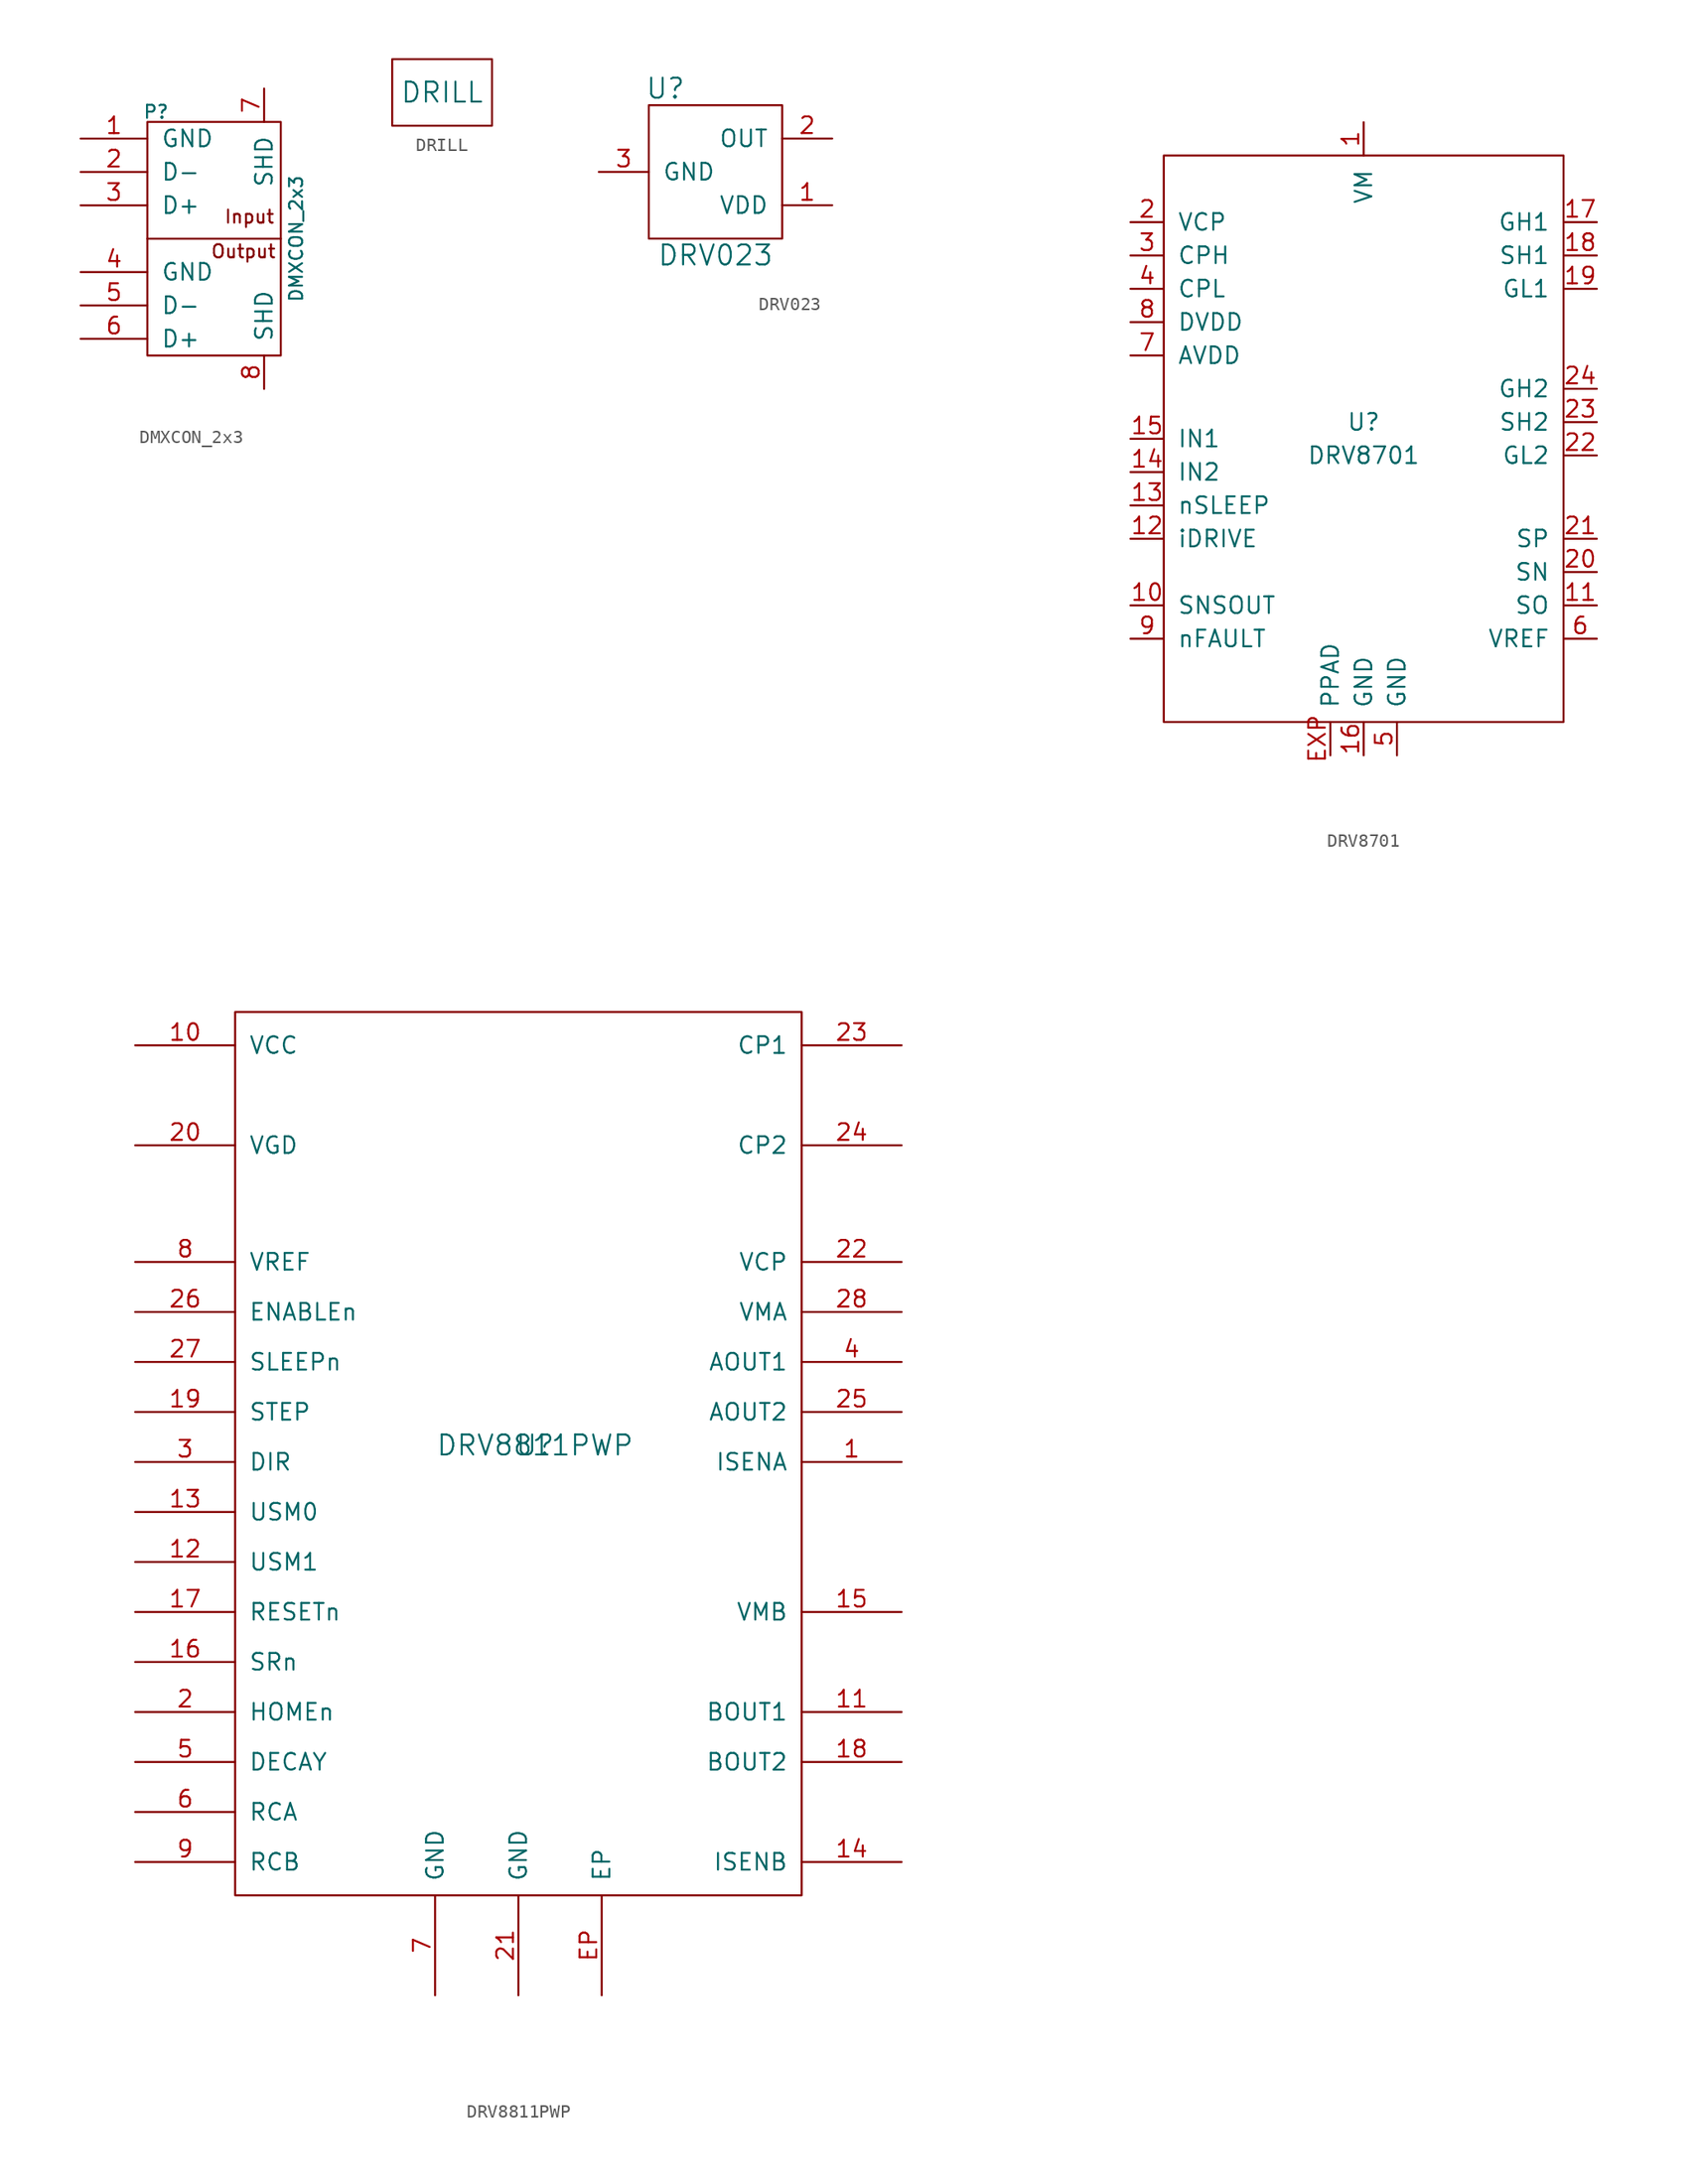
<source format=kicad_sym>
(kicad_symbol_lib
  (version 20211014)
  (generator kicad_symbol_editor)
  (symbol "DMXCON_2x3"
    (pin_names
      (offset 1.016))
    (property "Reference" "P"
      (at -4.42 9.652 0)
      (effects (font (size 0.991 0.991))))
    (property "Value" "DMXCON_2x3"
      (at 6.248 0 90)
      (effects (font (size 0.991 0.991))))
    (property "Footprint" ""
      (at -0.102 3.81 0)
      (effects (font (size 0.991 0.991))))
    (property "Datasheet" ""
      (at -0.102 3.81 0)
      (effects (font (size 0.991 0.991))))
    (symbol "DMXCON_2x3_0_0"
      (text "Input" (at 2.692 1.676 0) (effects (font (size 0.991 0.991))))
      (text "Output" (at 2.235 -0.965 0) (effects (font (size 0.991 0.991)))))
    (symbol "DMXCON_2x3_0_1"
      (rectangle (start -5.08 0) (end 5.08 0) (stroke (width 0) (type default) (color 0 0 0 0)) (fill (type none)))
      (rectangle (start -5.08 8.89) (end 5.08 -8.89) (stroke (width 0) (type default) (color 0 0 0 0)) (fill (type none))))
    (symbol "DMXCON_2x3_1_1"
      (pin passive line (at -10.16 7.62 0) (length 5.08) (name "GND" (effects (font (size 1.27 1.27)))) (number "1" (effects (font (size 1.27 1.27)))))
      (pin passive line (at -10.16 5.08 0) (length 5.08) (name "D-" (effects (font (size 1.27 1.27)))) (number "2" (effects (font (size 1.27 1.27)))))
      (pin passive line (at -10.16 2.54 0) (length 5.08) (name "D+" (effects (font (size 1.27 1.27)))) (number "3" (effects (font (size 1.27 1.27)))))
      (pin passive line (at -10.16 -2.54 0) (length 5.08) (name "GND" (effects (font (size 1.27 1.27)))) (number "4" (effects (font (size 1.27 1.27)))))
      (pin passive line (at -10.16 -5.08 0) (length 5.08) (name "D-" (effects (font (size 1.27 1.27)))) (number "5" (effects (font (size 1.27 1.27)))))
      (pin passive line (at -10.16 -7.62 0) (length 5.08) (name "D+" (effects (font (size 1.27 1.27)))) (number "6" (effects (font (size 1.27 1.27)))))
      (pin passive line (at 3.81 11.43 270) (length 2.54) (name "SHD" (effects (font (size 1.27 1.27)))) (number "7" (effects (font (size 1.27 1.27)))))
      (pin passive line (at 3.81 -11.43 90) (length 2.54) (name "SHD" (effects (font (size 1.27 1.27)))) (number "8" (effects (font (size 1.27 1.27)))))))
  (symbol "DRILL"
    (pin_numbers hide)
    (pin_names
      (offset 0) hide)
    (property "Reference" ""
      (at 0 0 0)
      (effects (font (size 1.524 1.524)) hide))
    (property "Value" "DRILL"
      (at 0 0 0)
      (effects (font (size 1.524 1.524))))
    (property "Footprint" ""
      (at 0 0 0)
      (effects (font (size 1.524 1.524))))
    (property "Datasheet" ""
      (at 0 0 0)
      (effects (font (size 1.524 1.524))))
    (symbol "DRILL_0_1"
      (rectangle (start -3.81 2.54) (end 3.81 -2.54) (stroke (width 0) (type default) (color 0 0 0 0)) (fill (type none)))))
  (symbol "DRV023"
    (pin_names
      (offset 1.016))
    (property "Reference" "U"
      (at -3.81 6.35 0)
      (effects (font (size 1.524 1.524))))
    (property "Value" "DRV023"
      (at 0 -6.35 0)
      (effects (font (size 1.524 1.524))))
    (property "Footprint" ""
      (at 20.32 -6.35 0)
      (effects (font (size 1.524 1.524))))
    (property "Datasheet" ""
      (at 20.32 -6.35 0)
      (effects (font (size 1.524 1.524))))
    (symbol "DRV023_0_1"
      (rectangle (start -5.08 5.08) (end 5.08 -5.08) (stroke (width 0) (type default) (color 0 0 0 0)) (fill (type none))))
    (symbol "DRV023_1_1"
      (pin passive line (at 8.89 -2.54 180) (length 3.81) (name "VDD" (effects (font (size 1.27 1.27)))) (number "1" (effects (font (size 1.27 1.27)))))
      (pin passive line (at 8.89 2.54 180) (length 3.81) (name "OUT" (effects (font (size 1.27 1.27)))) (number "2" (effects (font (size 1.27 1.27)))))
      (pin passive line (at -8.89 0 0) (length 3.81) (name "GND" (effects (font (size 1.27 1.27)))) (number "3" (effects (font (size 1.27 1.27)))))))
  (symbol "DRV8701"
    (pin_names
      (offset 1.016))
    (property "Reference" "U"
      (at 0 0 0)
      (effects (font (size 1.27 1.27))))
    (property "Value" "DRV8701"
      (at 0 -2.54 0)
      (effects (font (size 1.27 1.27))))
    (symbol "DRV8701_0_1"
      (rectangle (start -15.24 20.32) (end 15.24 -22.86) (stroke (width 0) (type default) (color 0 0 0 0)) (fill (type none))))
    (symbol "DRV8701_1_1"
      (pin input line (at 0 22.86 270) (length 2.54) (name "VM" (effects (font (size 1.27 1.27)))) (number "1" (effects (font (size 1.27 1.27)))))
      (pin input line (at -17.78 -13.97 0) (length 2.54) (name "SNSOUT" (effects (font (size 1.27 1.27)))) (number "10" (effects (font (size 1.27 1.27)))))
      (pin input line (at 17.78 -13.97 180) (length 2.54) (name "SO" (effects (font (size 1.27 1.27)))) (number "11" (effects (font (size 1.27 1.27)))))
      (pin input line (at -17.78 -8.89 0) (length 2.54) (name "iDRIVE" (effects (font (size 1.27 1.27)))) (number "12" (effects (font (size 1.27 1.27)))))
      (pin input line (at -17.78 -6.35 0) (length 2.54) (name "nSLEEP" (effects (font (size 1.27 1.27)))) (number "13" (effects (font (size 1.27 1.27)))))
      (pin input line (at -17.78 -3.81 0) (length 2.54) (name "IN2" (effects (font (size 1.27 1.27)))) (number "14" (effects (font (size 1.27 1.27)))))
      (pin input line (at -17.78 -1.27 0) (length 2.54) (name "IN1" (effects (font (size 1.27 1.27)))) (number "15" (effects (font (size 1.27 1.27)))))
      (pin input line (at 0 -25.4 90) (length 2.54) (name "GND" (effects (font (size 1.27 1.27)))) (number "16" (effects (font (size 1.27 1.27)))))
      (pin input line (at 17.78 15.24 180) (length 2.54) (name "GH1" (effects (font (size 1.27 1.27)))) (number "17" (effects (font (size 1.27 1.27)))))
      (pin input line (at 17.78 12.7 180) (length 2.54) (name "SH1" (effects (font (size 1.27 1.27)))) (number "18" (effects (font (size 1.27 1.27)))))
      (pin input line (at 17.78 10.16 180) (length 2.54) (name "GL1" (effects (font (size 1.27 1.27)))) (number "19" (effects (font (size 1.27 1.27)))))
      (pin input line (at -17.78 15.24 0) (length 2.54) (name "VCP" (effects (font (size 1.27 1.27)))) (number "2" (effects (font (size 1.27 1.27)))))
      (pin input line (at 17.78 -11.43 180) (length 2.54) (name "SN" (effects (font (size 1.27 1.27)))) (number "20" (effects (font (size 1.27 1.27)))))
      (pin input line (at 17.78 -8.89 180) (length 2.54) (name "SP" (effects (font (size 1.27 1.27)))) (number "21" (effects (font (size 1.27 1.27)))))
      (pin input line (at 17.78 -2.54 180) (length 2.54) (name "GL2" (effects (font (size 1.27 1.27)))) (number "22" (effects (font (size 1.27 1.27)))))
      (pin input line (at 17.78 0 180) (length 2.54) (name "SH2" (effects (font (size 1.27 1.27)))) (number "23" (effects (font (size 1.27 1.27)))))
      (pin input line (at 17.78 2.54 180) (length 2.54) (name "GH2" (effects (font (size 1.27 1.27)))) (number "24" (effects (font (size 1.27 1.27)))))
      (pin input line (at -17.78 12.7 0) (length 2.54) (name "CPH" (effects (font (size 1.27 1.27)))) (number "3" (effects (font (size 1.27 1.27)))))
      (pin input line (at -17.78 10.16 0) (length 2.54) (name "CPL" (effects (font (size 1.27 1.27)))) (number "4" (effects (font (size 1.27 1.27)))))
      (pin input line (at 2.54 -25.4 90) (length 2.54) (name "GND" (effects (font (size 1.27 1.27)))) (number "5" (effects (font (size 1.27 1.27)))))
      (pin input line (at 17.78 -16.51 180) (length 2.54) (name "VREF" (effects (font (size 1.27 1.27)))) (number "6" (effects (font (size 1.27 1.27)))))
      (pin input line (at -17.78 5.08 0) (length 2.54) (name "AVDD" (effects (font (size 1.27 1.27)))) (number "7" (effects (font (size 1.27 1.27)))))
      (pin input line (at -17.78 7.62 0) (length 2.54) (name "DVDD" (effects (font (size 1.27 1.27)))) (number "8" (effects (font (size 1.27 1.27)))))
      (pin input line (at -17.78 -16.51 0) (length 2.54) (name "nFAULT" (effects (font (size 1.27 1.27)))) (number "9" (effects (font (size 1.27 1.27)))))
      (pin input line (at -2.54 -25.4 90) (length 2.54) (name "PPAD" (effects (font (size 1.27 1.27)))) (number "EXP" (effects (font (size 1.27 1.27)))))))
  (symbol "DRV8811PWP"
    (pin_names
      (offset 1.016))
    (property "Reference" "U"
      (at 1.27 0 0)
      (effects (font (size 1.524 1.524))))
    (property "Value" "DRV8811PWP"
      (at 1.27 0 0)
      (effects (font (size 1.524 1.524))))
    (property "Footprint" ""
      (at 0 0 0)
      (effects (font (size 1.524 1.524))))
    (property "Datasheet" ""
      (at 0 0 0)
      (effects (font (size 1.524 1.524))))
    (symbol "DRV8811PWP_0_1"
      (rectangle (start -21.59 33.02) (end 21.59 -34.29) (stroke (width 0) (type default) (color 0 0 0 0)) (fill (type none))))
    (symbol "DRV8811PWP_1_1"
      (pin passive line (at 29.21 -1.27 180) (length 7.62) (name "ISENA" (effects (font (size 1.27 1.27)))) (number "1" (effects (font (size 1.27 1.27)))))
      (pin passive line (at -29.21 30.48 0) (length 7.62) (name "VCC" (effects (font (size 1.27 1.27)))) (number "10" (effects (font (size 1.27 1.27)))))
      (pin passive line (at 29.21 -20.32 180) (length 7.62) (name "BOUT1" (effects (font (size 1.27 1.27)))) (number "11" (effects (font (size 1.27 1.27)))))
      (pin passive line (at -29.21 -8.89 0) (length 7.62) (name "USM1" (effects (font (size 1.27 1.27)))) (number "12" (effects (font (size 1.27 1.27)))))
      (pin passive line (at -29.21 -5.08 0) (length 7.62) (name "USM0" (effects (font (size 1.27 1.27)))) (number "13" (effects (font (size 1.27 1.27)))))
      (pin passive line (at 29.21 -31.75 180) (length 7.62) (name "ISENB" (effects (font (size 1.27 1.27)))) (number "14" (effects (font (size 1.27 1.27)))))
      (pin passive line (at 29.21 -12.7 180) (length 7.62) (name "VMB" (effects (font (size 1.27 1.27)))) (number "15" (effects (font (size 1.27 1.27)))))
      (pin passive line (at -29.21 -16.51 0) (length 7.62) (name "SRn" (effects (font (size 1.27 1.27)))) (number "16" (effects (font (size 1.27 1.27)))))
      (pin passive line (at -29.21 -12.7 0) (length 7.62) (name "RESETn" (effects (font (size 1.27 1.27)))) (number "17" (effects (font (size 1.27 1.27)))))
      (pin passive line (at 29.21 -24.13 180) (length 7.62) (name "BOUT2" (effects (font (size 1.27 1.27)))) (number "18" (effects (font (size 1.27 1.27)))))
      (pin passive line (at -29.21 2.54 0) (length 7.62) (name "STEP" (effects (font (size 1.27 1.27)))) (number "19" (effects (font (size 1.27 1.27)))))
      (pin passive line (at -29.21 -20.32 0) (length 7.62) (name "HOMEn" (effects (font (size 1.27 1.27)))) (number "2" (effects (font (size 1.27 1.27)))))
      (pin passive line (at -29.21 22.86 0) (length 7.62) (name "VGD" (effects (font (size 1.27 1.27)))) (number "20" (effects (font (size 1.27 1.27)))))
      (pin passive line (at 0 -41.91 90) (length 7.62) (name "GND" (effects (font (size 1.27 1.27)))) (number "21" (effects (font (size 1.27 1.27)))))
      (pin passive line (at 29.21 13.97 180) (length 7.62) (name "VCP" (effects (font (size 1.27 1.27)))) (number "22" (effects (font (size 1.27 1.27)))))
      (pin passive line (at 29.21 30.48 180) (length 7.62) (name "CP1" (effects (font (size 1.27 1.27)))) (number "23" (effects (font (size 1.27 1.27)))))
      (pin passive line (at 29.21 22.86 180) (length 7.62) (name "CP2" (effects (font (size 1.27 1.27)))) (number "24" (effects (font (size 1.27 1.27)))))
      (pin passive line (at 29.21 2.54 180) (length 7.62) (name "AOUT2" (effects (font (size 1.27 1.27)))) (number "25" (effects (font (size 1.27 1.27)))))
      (pin passive line (at -29.21 10.16 0) (length 7.62) (name "ENABLEn" (effects (font (size 1.27 1.27)))) (number "26" (effects (font (size 1.27 1.27)))))
      (pin passive line (at -29.21 6.35 0) (length 7.62) (name "SLEEPn" (effects (font (size 1.27 1.27)))) (number "27" (effects (font (size 1.27 1.27)))))
      (pin passive line (at 29.21 10.16 180) (length 7.62) (name "VMA" (effects (font (size 1.27 1.27)))) (number "28" (effects (font (size 1.27 1.27)))))
      (pin passive line (at -29.21 -1.27 0) (length 7.62) (name "DIR" (effects (font (size 1.27 1.27)))) (number "3" (effects (font (size 1.27 1.27)))))
      (pin passive line (at 29.21 6.35 180) (length 7.62) (name "AOUT1" (effects (font (size 1.27 1.27)))) (number "4" (effects (font (size 1.27 1.27)))))
      (pin passive line (at -29.21 -24.13 0) (length 7.62) (name "DECAY" (effects (font (size 1.27 1.27)))) (number "5" (effects (font (size 1.27 1.27)))))
      (pin passive line (at -29.21 -27.94 0) (length 7.62) (name "RCA" (effects (font (size 1.27 1.27)))) (number "6" (effects (font (size 1.27 1.27)))))
      (pin passive line (at -6.35 -41.91 90) (length 7.62) (name "GND" (effects (font (size 1.27 1.27)))) (number "7" (effects (font (size 1.27 1.27)))))
      (pin passive line (at -29.21 13.97 0) (length 7.62) (name "VREF" (effects (font (size 1.27 1.27)))) (number "8" (effects (font (size 1.27 1.27)))))
      (pin passive line (at -29.21 -31.75 0) (length 7.62) (name "RCB" (effects (font (size 1.27 1.27)))) (number "9" (effects (font (size 1.27 1.27)))))
      (pin passive line (at 6.35 -41.91 90) (length 7.62) (name "EP" (effects (font (size 1.27 1.27)))) (number "EP" (effects (font (size 1.27 1.27))))))))
</source>
